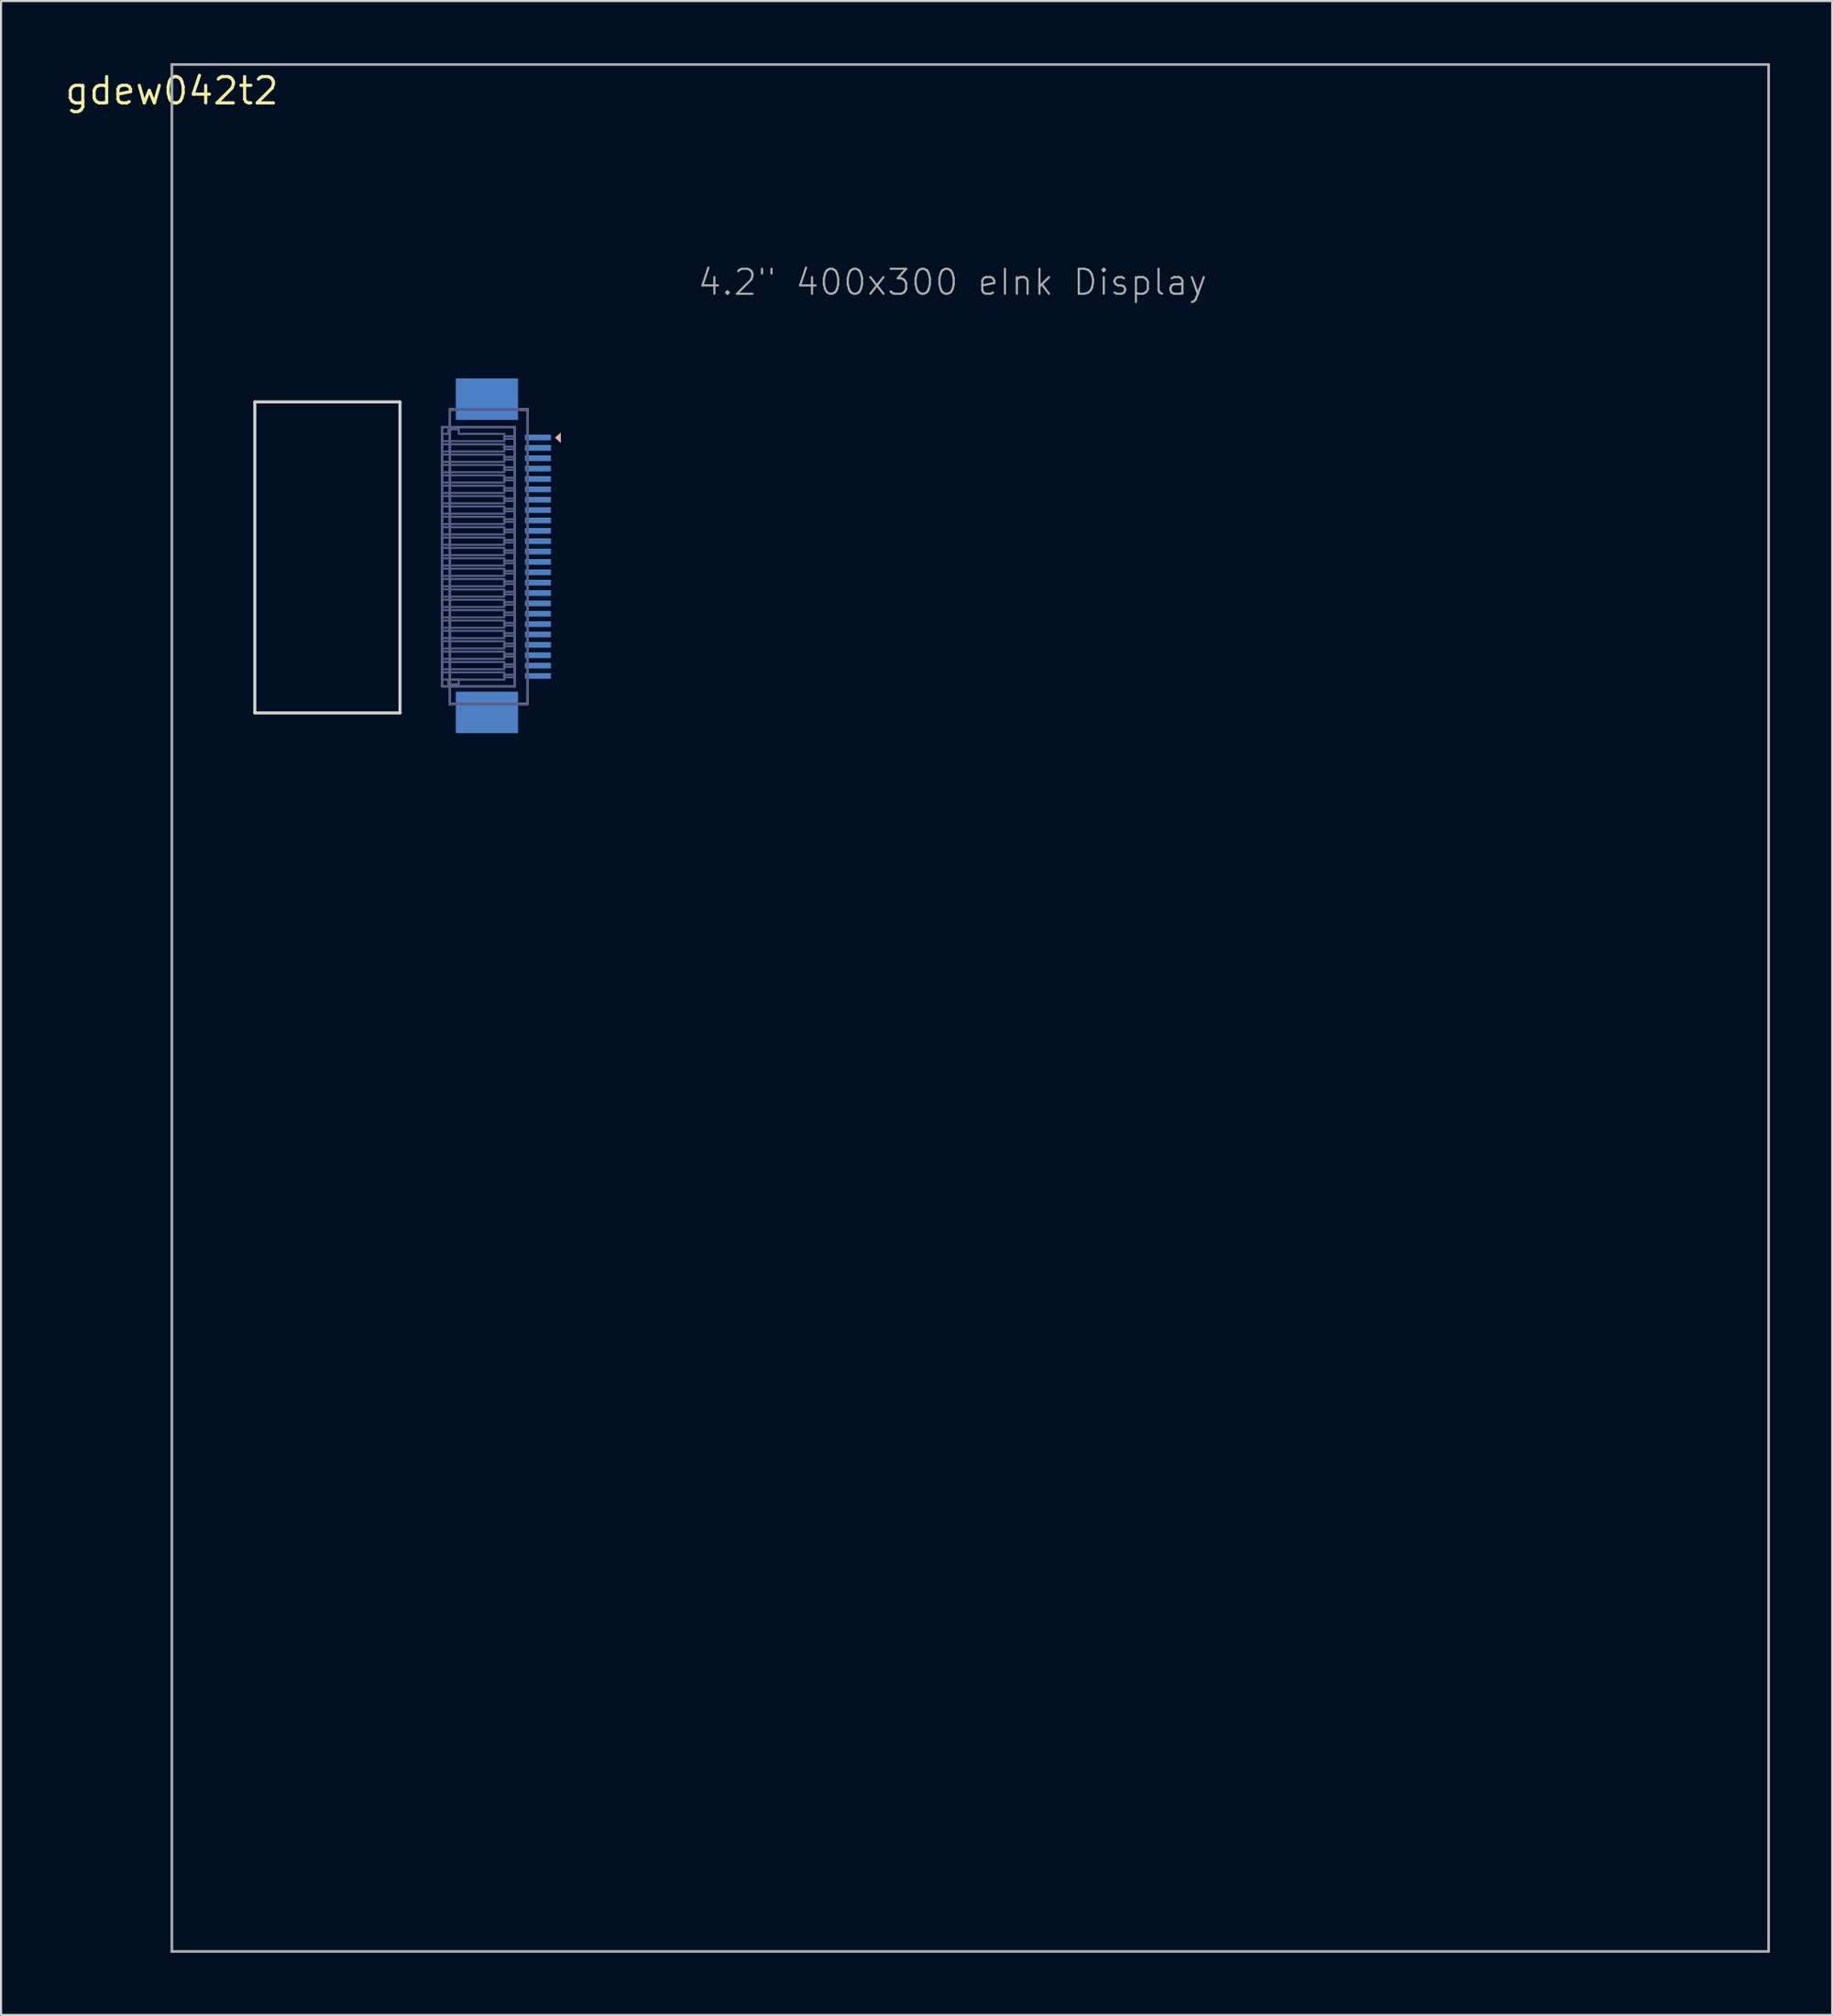
<source format=kicad_pcb>
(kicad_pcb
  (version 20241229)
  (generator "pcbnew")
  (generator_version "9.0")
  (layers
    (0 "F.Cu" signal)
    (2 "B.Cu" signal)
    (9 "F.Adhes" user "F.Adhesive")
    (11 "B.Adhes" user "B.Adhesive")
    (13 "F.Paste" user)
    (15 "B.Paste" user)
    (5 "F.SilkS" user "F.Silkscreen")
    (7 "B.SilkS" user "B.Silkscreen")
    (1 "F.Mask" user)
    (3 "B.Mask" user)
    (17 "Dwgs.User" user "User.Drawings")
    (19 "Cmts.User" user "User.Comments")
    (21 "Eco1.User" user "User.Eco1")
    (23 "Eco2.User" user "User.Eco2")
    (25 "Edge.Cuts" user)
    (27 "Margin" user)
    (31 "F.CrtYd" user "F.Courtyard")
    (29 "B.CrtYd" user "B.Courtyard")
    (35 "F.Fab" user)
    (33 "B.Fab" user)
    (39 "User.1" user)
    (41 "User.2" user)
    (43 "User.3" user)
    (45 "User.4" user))
  (footprint "gdew042t2"
    (layer "F.Cu")
    (at 5.238 1.333)
    (property "Reference" "gdew042t2" (at 0 0 0) (layer "F.SilkS") (effects (font (size 1.27 1.27) (thickness 0.15))))
    (attr through_hole)
    (fp_line (start 13.403 15.367) (end 13.403 29.567) (stroke (width 0.127) (type solid)) (layer "B.SilkS"))
    (fp_line (start 13.403 15.367) (end 13.606 15.367) (stroke (width 0.127) (type solid)) (layer "B.SilkS"))
    (fp_line (start 13.403 29.567) (end 13.606 29.567) (stroke (width 0.127) (type solid)) (layer "B.SilkS"))
    (fp_line (start 16.772 15.367) (end 17.153 15.367) (stroke (width 0.127) (type solid)) (layer "B.SilkS"))
    (fp_line (start 16.772 29.567) (end 17.153 29.567) (stroke (width 0.127) (type solid)) (layer "B.SilkS"))
    (fp_line (start 17.153 16.367) (end 17.153 15.367) (stroke (width 0.127) (type solid)) (layer "B.SilkS"))
    (fp_line (start 17.153 29.567) (end 17.153 28.567) (stroke (width 0.127) (type solid)) (layer "B.SilkS"))
    (fp_poly (pts (xy 18.756 16.473) (xy 18.756 16.981) (xy 18.475 16.727)) (stroke (width 0) (type solid)) (fill yes) (layer "B.SilkS"))
    (fp_line (start 4 15) (end 11 15) (stroke (width 0.127) (type solid)) (layer "Edge.Cuts"))
    (fp_line (start 4 15) (end 11 15) (stroke (width 0.127) (type solid)) (layer "Edge.Cuts"))
    (fp_line (start 4 30) (end 4 15) (stroke (width 0.127) (type solid)) (layer "Edge.Cuts"))
    (fp_line (start 4 30) (end 4 15) (stroke (width 0.127) (type solid)) (layer "Edge.Cuts"))
    (fp_line (start 11 15) (end 11 30) (stroke (width 0.127) (type solid)) (layer "Edge.Cuts"))
    (fp_line (start 11 15) (end 11 30) (stroke (width 0.127) (type solid)) (layer "Edge.Cuts"))
    (fp_line (start 11 30) (end 4 30) (stroke (width 0.127) (type solid)) (layer "Edge.Cuts"))
    (fp_line (start 11 30) (end 4 30) (stroke (width 0.127) (type solid)) (layer "Edge.Cuts"))
    (fp_line (start 13.033 16.217) (end 16.533 16.217) (stroke (width 0.127) (type solid)) (layer "B.Fab"))
    (fp_line (start 13.033 28.717) (end 13.033 16.217) (stroke (width 0.127) (type solid)) (layer "B.Fab"))
    (fp_line (start 13.403 15.367) (end 17.153 15.367) (stroke (width 0.127) (type solid)) (layer "B.Fab"))
    (fp_line (start 13.403 29.567) (end 13.403 15.367) (stroke (width 0.127) (type solid)) (layer "B.Fab"))
    (fp_line (start 16.533 16.217) (end 16.533 28.717) (stroke (width 0.127) (type solid)) (layer "B.Fab"))
    (fp_line (start 16.533 28.717) (end 13.033 28.717) (stroke (width 0.127) (type solid)) (layer "B.Fab"))
    (fp_line (start 17.153 15.467) (end 17.153 29.567) (stroke (width 0.127) (type solid)) (layer "B.Fab"))
    (fp_line (start 17.153 29.567) (end 13.403 29.567) (stroke (width 0.127) (type solid)) (layer "B.Fab"))
    (fp_poly (pts (xy 13.033 17.392) (xy 16.033 17.392) (xy 16.033 17.042) (xy 13.033 17.042)) (stroke (width 0.1) (type solid)) (fill no) (layer "B.Fab"))
    (fp_poly (pts (xy 13.033 17.892) (xy 16.033 17.892) (xy 16.033 17.542) (xy 13.033 17.542)) (stroke (width 0.1) (type solid)) (fill no) (layer "B.Fab"))
    (fp_poly (pts (xy 13.033 18.392) (xy 16.033 18.392) (xy 16.033 18.042) (xy 13.033 18.042)) (stroke (width 0.1) (type solid)) (fill no) (layer "B.Fab"))
    (fp_poly (pts (xy 13.033 18.892) (xy 16.033 18.892) (xy 16.033 18.542) (xy 13.033 18.542)) (stroke (width 0.1) (type solid)) (fill no) (layer "B.Fab"))
    (fp_poly (pts (xy 13.033 19.392) (xy 16.033 19.392) (xy 16.033 19.042) (xy 13.033 19.042)) (stroke (width 0.1) (type solid)) (fill no) (layer "B.Fab"))
    (fp_poly (pts (xy 13.033 19.892) (xy 16.033 19.892) (xy 16.033 19.542) (xy 13.033 19.542)) (stroke (width 0.1) (type solid)) (fill no) (layer "B.Fab"))
    (fp_poly (pts (xy 13.033 20.392) (xy 16.033 20.392) (xy 16.033 20.042) (xy 13.033 20.042)) (stroke (width 0.1) (type solid)) (fill no) (layer "B.Fab"))
    (fp_poly (pts (xy 13.033 20.892) (xy 16.033 20.892) (xy 16.033 20.542) (xy 13.033 20.542)) (stroke (width 0.1) (type solid)) (fill no) (layer "B.Fab"))
    (fp_poly (pts (xy 13.033 21.392) (xy 16.033 21.392) (xy 16.033 21.042) (xy 13.033 21.042)) (stroke (width 0.1) (type solid)) (fill no) (layer "B.Fab"))
    (fp_poly (pts (xy 13.033 21.892) (xy 16.033 21.892) (xy 16.033 21.542) (xy 13.033 21.542)) (stroke (width 0.1) (type solid)) (fill no) (layer "B.Fab"))
    (fp_poly (pts (xy 13.033 22.392) (xy 16.033 22.392) (xy 16.033 22.042) (xy 13.033 22.042)) (stroke (width 0.1) (type solid)) (fill no) (layer "B.Fab"))
    (fp_poly (pts (xy 13.033 22.892) (xy 16.033 22.892) (xy 16.033 22.542) (xy 13.033 22.542)) (stroke (width 0.1) (type solid)) (fill no) (layer "B.Fab"))
    (fp_poly (pts (xy 13.033 23.392) (xy 16.033 23.392) (xy 16.033 23.042) (xy 13.033 23.042)) (stroke (width 0.1) (type solid)) (fill no) (layer "B.Fab"))
    (fp_poly (pts (xy 13.033 23.892) (xy 16.033 23.892) (xy 16.033 23.542) (xy 13.033 23.542)) (stroke (width 0.1) (type solid)) (fill no) (layer "B.Fab"))
    (fp_poly (pts (xy 13.033 24.392) (xy 16.033 24.392) (xy 16.033 24.042) (xy 13.033 24.042)) (stroke (width 0.1) (type solid)) (fill no) (layer "B.Fab"))
    (fp_poly (pts (xy 13.033 24.892) (xy 16.033 24.892) (xy 16.033 24.542) (xy 13.033 24.542)) (stroke (width 0.1) (type solid)) (fill no) (layer "B.Fab"))
    (fp_poly (pts (xy 13.033 25.392) (xy 16.033 25.392) (xy 16.033 25.042) (xy 13.033 25.042)) (stroke (width 0.1) (type solid)) (fill no) (layer "B.Fab"))
    (fp_poly (pts (xy 13.033 25.892) (xy 16.033 25.892) (xy 16.033 25.542) (xy 13.033 25.542)) (stroke (width 0.1) (type solid)) (fill no) (layer "B.Fab"))
    (fp_poly (pts (xy 13.033 26.392) (xy 16.033 26.392) (xy 16.033 26.042) (xy 13.033 26.042)) (stroke (width 0.1) (type solid)) (fill no) (layer "B.Fab"))
    (fp_poly (pts (xy 13.033 26.892) (xy 16.033 26.892) (xy 16.033 26.542) (xy 13.033 26.542)) (stroke (width 0.1) (type solid)) (fill no) (layer "B.Fab"))
    (fp_poly (pts (xy 13.033 27.392) (xy 16.033 27.392) (xy 16.033 27.042) (xy 13.033 27.042)) (stroke (width 0.1) (type solid)) (fill no) (layer "B.Fab"))
    (fp_poly (pts (xy 13.033 27.892) (xy 16.033 27.892) (xy 16.033 27.542) (xy 13.033 27.542)) (stroke (width 0.1) (type solid)) (fill no) (layer "B.Fab"))
    (fp_poly (pts (xy 13.033 28.392) (xy 16.033 28.392) (xy 16.033 28.042) (xy 13.033 28.042)) (stroke (width 0.1) (type solid)) (fill no) (layer "B.Fab"))
    (fp_poly (pts (xy 13.333 28.617) (xy 13.833 28.617) (xy 13.833 28.392) (xy 13.333 28.392)) (stroke (width 0.1) (type solid)) (fill no) (layer "B.Fab"))
    (fp_poly (pts (xy 16.033 16.654) (xy 16.533 16.654) (xy 16.533 16.779) (xy 16.033 16.779)) (stroke (width 0.1) (type solid)) (fill no) (layer "B.Fab"))
    (fp_poly (pts (xy 16.033 17.154) (xy 16.533 17.154) (xy 16.533 17.279) (xy 16.033 17.279)) (stroke (width 0.1) (type solid)) (fill no) (layer "B.Fab"))
    (fp_poly (pts (xy 16.033 17.654) (xy 16.533 17.654) (xy 16.533 17.779) (xy 16.033 17.779)) (stroke (width 0.1) (type solid)) (fill no) (layer "B.Fab"))
    (fp_poly (pts (xy 16.033 18.154) (xy 16.533 18.154) (xy 16.533 18.279) (xy 16.033 18.279)) (stroke (width 0.1) (type solid)) (fill no) (layer "B.Fab"))
    (fp_poly (pts (xy 16.033 18.654) (xy 16.533 18.654) (xy 16.533 18.779) (xy 16.033 18.779)) (stroke (width 0.1) (type solid)) (fill no) (layer "B.Fab"))
    (fp_poly (pts (xy 16.033 19.154) (xy 16.533 19.154) (xy 16.533 19.279) (xy 16.033 19.279)) (stroke (width 0.1) (type solid)) (fill no) (layer "B.Fab"))
    (fp_poly (pts (xy 16.033 19.654) (xy 16.533 19.654) (xy 16.533 19.779) (xy 16.033 19.779)) (stroke (width 0.1) (type solid)) (fill no) (layer "B.Fab"))
    (fp_poly (pts (xy 16.033 20.154) (xy 16.533 20.154) (xy 16.533 20.279) (xy 16.033 20.279)) (stroke (width 0.1) (type solid)) (fill no) (layer "B.Fab"))
    (fp_poly (pts (xy 16.033 20.654) (xy 16.533 20.654) (xy 16.533 20.779) (xy 16.033 20.779)) (stroke (width 0.1) (type solid)) (fill no) (layer "B.Fab"))
    (fp_poly (pts (xy 16.033 21.154) (xy 16.533 21.154) (xy 16.533 21.279) (xy 16.033 21.279)) (stroke (width 0.1) (type solid)) (fill no) (layer "B.Fab"))
    (fp_poly (pts (xy 16.033 21.654) (xy 16.533 21.654) (xy 16.533 21.779) (xy 16.033 21.779)) (stroke (width 0.1) (type solid)) (fill no) (layer "B.Fab"))
    (fp_poly (pts (xy 16.033 22.154) (xy 16.533 22.154) (xy 16.533 22.279) (xy 16.033 22.279)) (stroke (width 0.1) (type solid)) (fill no) (layer "B.Fab"))
    (fp_poly (pts (xy 16.033 22.654) (xy 16.533 22.654) (xy 16.533 22.779) (xy 16.033 22.779)) (stroke (width 0.1) (type solid)) (fill no) (layer "B.Fab"))
    (fp_poly (pts (xy 16.033 23.154) (xy 16.533 23.154) (xy 16.533 23.279) (xy 16.033 23.279)) (stroke (width 0.1) (type solid)) (fill no) (layer "B.Fab"))
    (fp_poly (pts (xy 16.033 23.654) (xy 16.533 23.654) (xy 16.533 23.779) (xy 16.033 23.779)) (stroke (width 0.1) (type solid)) (fill no) (layer "B.Fab"))
    (fp_poly (pts (xy 16.033 24.154) (xy 16.533 24.154) (xy 16.533 24.279) (xy 16.033 24.279)) (stroke (width 0.1) (type solid)) (fill no) (layer "B.Fab"))
    (fp_poly (pts (xy 16.033 24.654) (xy 16.533 24.654) (xy 16.533 24.779) (xy 16.033 24.779)) (stroke (width 0.1) (type solid)) (fill no) (layer "B.Fab"))
    (fp_poly (pts (xy 16.033 25.154) (xy 16.533 25.154) (xy 16.533 25.279) (xy 16.033 25.279)) (stroke (width 0.1) (type solid)) (fill no) (layer "B.Fab"))
    (fp_poly (pts (xy 16.033 25.654) (xy 16.533 25.654) (xy 16.533 25.779) (xy 16.033 25.779)) (stroke (width 0.1) (type solid)) (fill no) (layer "B.Fab"))
    (fp_poly (pts (xy 16.033 26.154) (xy 16.533 26.154) (xy 16.533 26.279) (xy 16.033 26.279)) (stroke (width 0.1) (type solid)) (fill no) (layer "B.Fab"))
    (fp_poly (pts (xy 16.033 26.654) (xy 16.533 26.654) (xy 16.533 26.779) (xy 16.033 26.779)) (stroke (width 0.1) (type solid)) (fill no) (layer "B.Fab"))
    (fp_poly (pts (xy 16.033 27.154) (xy 16.533 27.154) (xy 16.533 27.279) (xy 16.033 27.279)) (stroke (width 0.1) (type solid)) (fill no) (layer "B.Fab"))
    (fp_poly (pts (xy 16.033 27.654) (xy 16.533 27.654) (xy 16.533 27.779) (xy 16.033 27.779)) (stroke (width 0.1) (type solid)) (fill no) (layer "B.Fab"))
    (fp_poly (pts (xy 16.033 28.154) (xy 16.533 28.154) (xy 16.533 28.279) (xy 16.033 28.279)) (stroke (width 0.1) (type solid)) (fill no) (layer "B.Fab"))
    (fp_poly (pts (xy 13.033 16.892) (xy 16.033 16.892) (xy 16.033 16.542) (xy 13.833 16.542) (xy 13.833 16.317) (xy 13.333 16.317) (xy 13.333 16.542) (xy 13.033 16.542)) (stroke (width 0.1) (type solid)) (fill no) (layer "B.Fab"))
    (fp_line (start 0 -1.27) (end 77 -1.27) (stroke (width 0.127) (type solid)) (layer "F.Fab"))
    (fp_line (start 0 89.73) (end 0 -1.27) (stroke (width 0.127) (type solid)) (layer "F.Fab"))
    (fp_line (start 77 -1.27) (end 77 89.73) (stroke (width 0.127) (type solid)) (layer "F.Fab"))
    (fp_line (start 77 89.73) (end 0 89.73) (stroke (width 0.127) (type solid)) (layer "F.Fab"))
    (fp_text user "4.2\" 400x300 eInk Display" (at 25.289 9.937 0) (layer "F.Fab") (effects (font (size 1.206 1.206) (thickness 0.102)) (justify left bottom)))
    (pad "1" smd rect (at 17.653 16.717 270) (size 0.275 1.25) (layers "B.Cu" "B.Mask" "B.Paste"))
    (pad "2" smd rect (at 17.653 17.217 270) (size 0.275 1.25) (layers "B.Cu" "B.Mask" "B.Paste"))
    (pad "3" smd rect (at 17.653 17.717 270) (size 0.275 1.25) (layers "B.Cu" "B.Mask" "B.Paste"))
    (pad "4" smd rect (at 17.653 18.217 270) (size 0.275 1.25) (layers "B.Cu" "B.Mask" "B.Paste"))
    (pad "5" smd rect (at 17.653 18.717 270) (size 0.275 1.25) (layers "B.Cu" "B.Mask" "B.Paste"))
    (pad "6" smd rect (at 17.653 19.217 270) (size 0.275 1.25) (layers "B.Cu" "B.Mask" "B.Paste"))
    (pad "7" smd rect (at 17.653 19.717 270) (size 0.275 1.25) (layers "B.Cu" "B.Mask" "B.Paste"))
    (pad "8" smd rect (at 17.653 20.217 270) (size 0.275 1.25) (layers "B.Cu" "B.Mask" "B.Paste"))
    (pad "9" smd rect (at 17.653 20.717 270) (size 0.275 1.25) (layers "B.Cu" "B.Mask" "B.Paste"))
    (pad "10" smd rect (at 17.653 21.217 270) (size 0.275 1.25) (layers "B.Cu" "B.Mask" "B.Paste"))
    (pad "11" smd rect (at 17.653 21.717 270) (size 0.275 1.25) (layers "B.Cu" "B.Mask" "B.Paste"))
    (pad "12" smd rect (at 17.653 22.217 270) (size 0.275 1.25) (layers "B.Cu" "B.Mask" "B.Paste"))
    (pad "13" smd rect (at 17.653 22.717 270) (size 0.275 1.25) (layers "B.Cu" "B.Mask" "B.Paste"))
    (pad "14" smd rect (at 17.653 23.217 270) (size 0.275 1.25) (layers "B.Cu" "B.Mask" "B.Paste"))
    (pad "15" smd rect (at 17.653 23.717 270) (size 0.275 1.25) (layers "B.Cu" "B.Mask" "B.Paste"))
    (pad "16" smd rect (at 17.653 24.217 270) (size 0.275 1.25) (layers "B.Cu" "B.Mask" "B.Paste"))
    (pad "17" smd rect (at 17.653 24.717 270) (size 0.275 1.25) (layers "B.Cu" "B.Mask" "B.Paste"))
    (pad "18" smd rect (at 17.653 25.217 270) (size 0.275 1.25) (layers "B.Cu" "B.Mask" "B.Paste"))
    (pad "19" smd rect (at 17.653 25.717 270) (size 0.275 1.25) (layers "B.Cu" "B.Mask" "B.Paste"))
    (pad "20" smd rect (at 17.653 26.217 270) (size 0.275 1.25) (layers "B.Cu" "B.Mask" "B.Paste"))
    (pad "21" smd rect (at 17.653 26.717 270) (size 0.275 1.25) (layers "B.Cu" "B.Mask" "B.Paste"))
    (pad "22" smd rect (at 17.653 27.217 270) (size 0.275 1.25) (layers "B.Cu" "B.Mask" "B.Paste"))
    (pad "23" smd rect (at 17.653 27.717 270) (size 0.275 1.25) (layers "B.Cu" "B.Mask" "B.Paste"))
    (pad "24" smd rect (at 17.653 28.217 270) (size 0.275 1.25) (layers "B.Cu" "B.Mask" "B.Paste"))
    (pad "SPRT1" smd rect (at 15.193 14.867) (size 3 2) (layers "B.Cu" "B.Mask" "B.Paste"))
    (pad "SPRT2" smd rect (at 15.193 29.977) (size 3 2) (layers "B.Cu" "B.Mask" "B.Paste")))
  (gr_rect
    (start -3 -3)
    (end 85.302 94.127)
    (stroke (width 0.1) (type default))
    (fill no)
    (layer "Edge.Cuts")))
</source>
